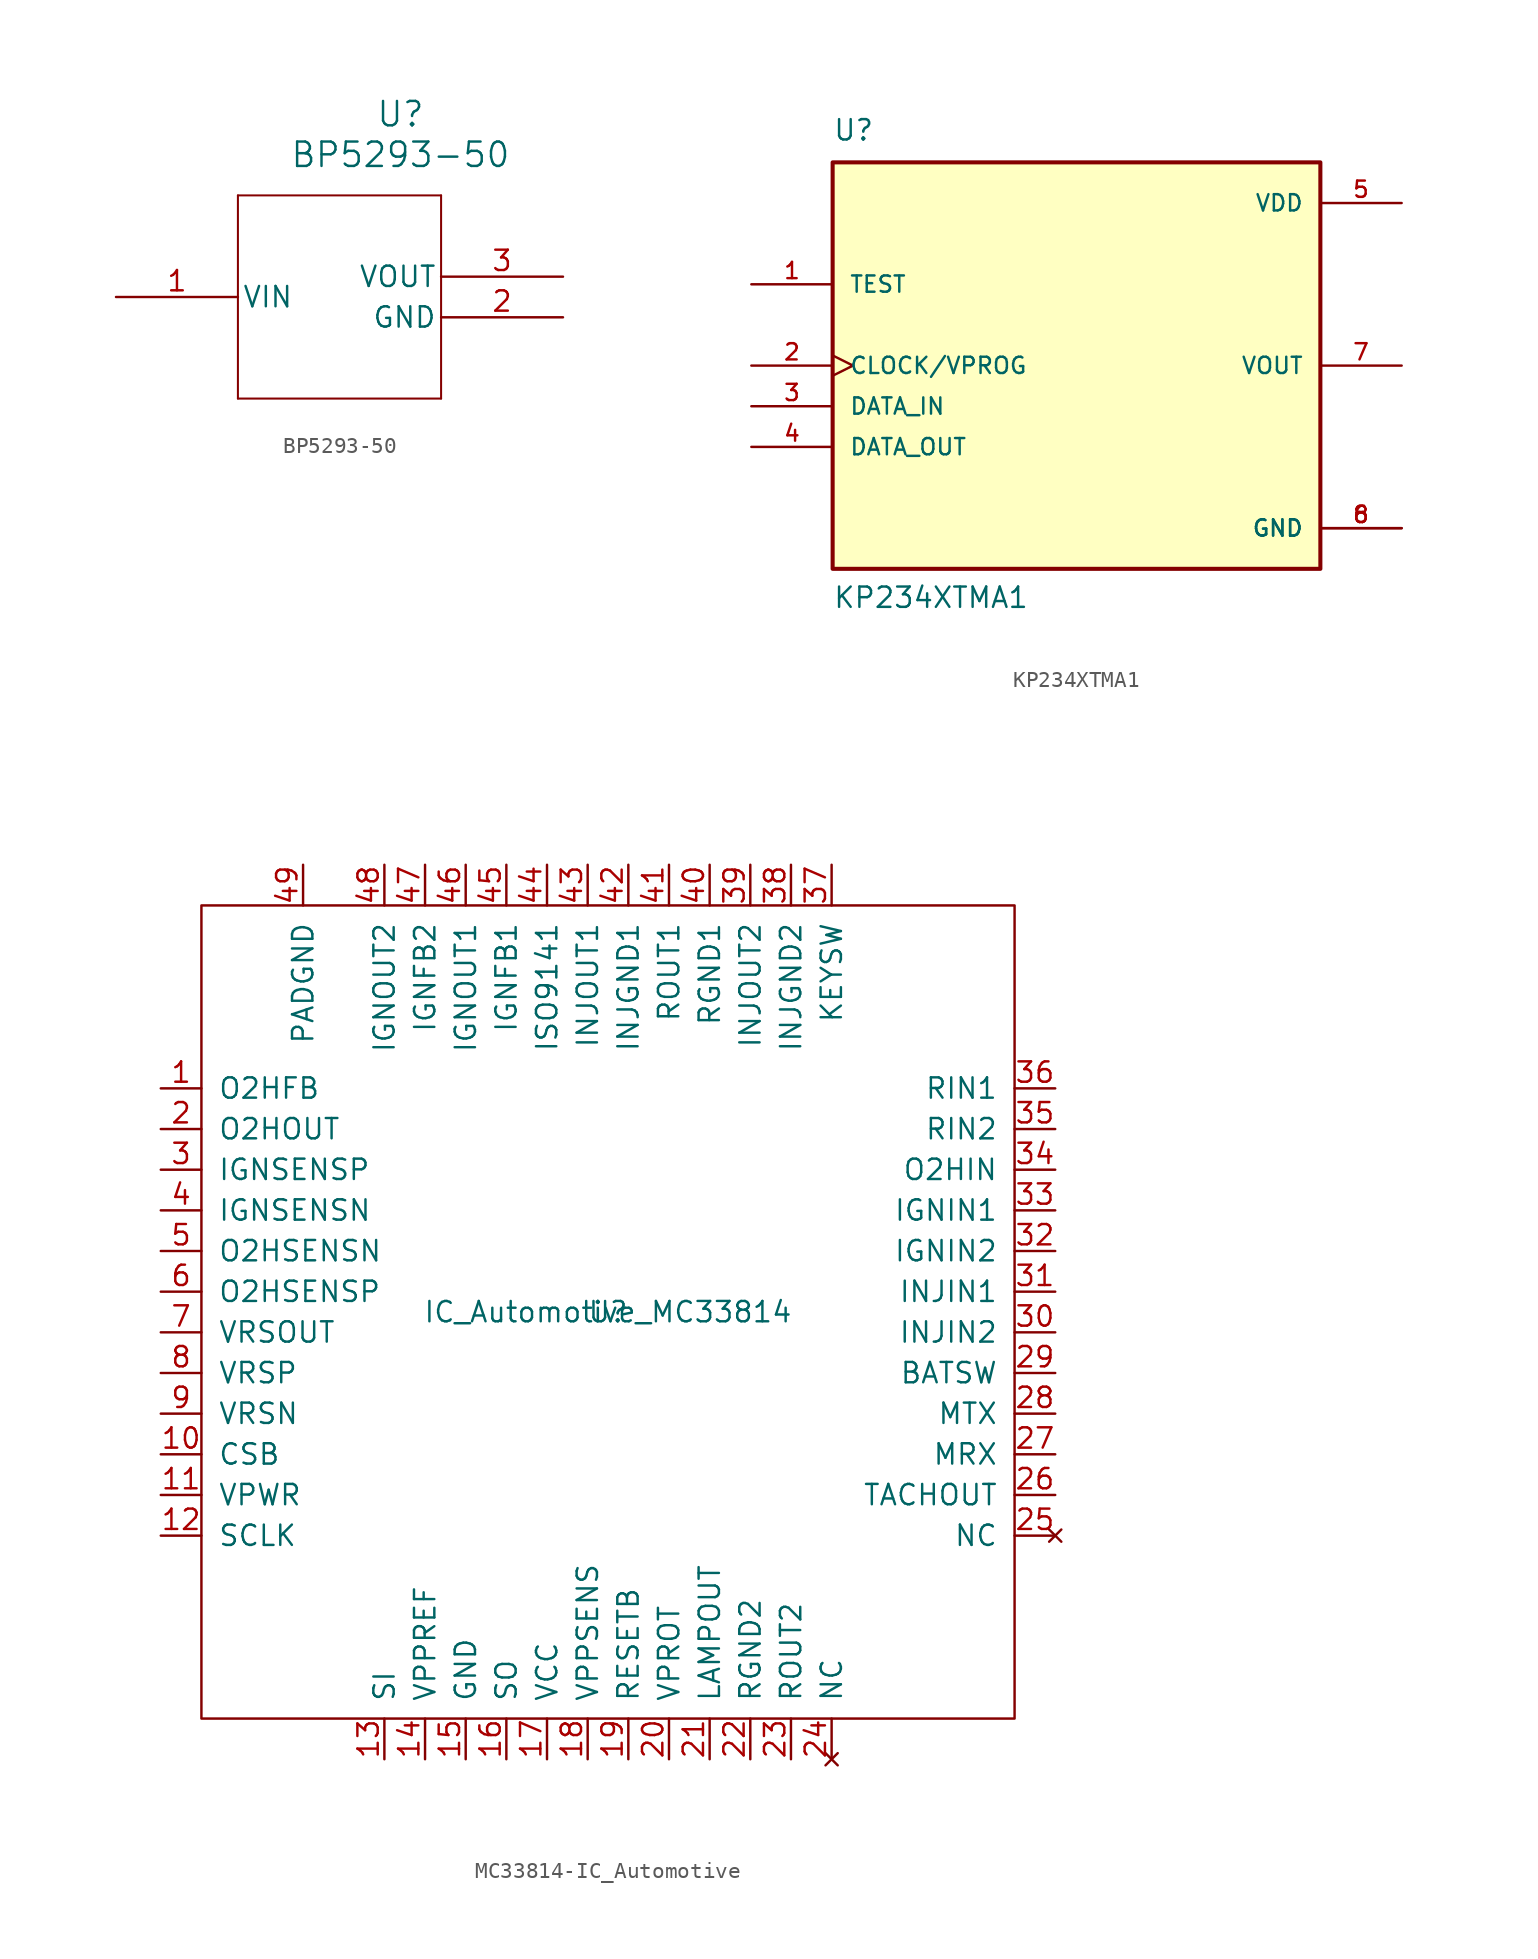
<source format=kicad_sym>
(kicad_symbol_lib
  (version 20231120)
  (generator "kicad_symbol_editor")
  (generator_version "8.0")
  (symbol "BP5293-50"
    (pin_names
      (offset 0.254))
    (property "Reference" "U"
      (at 20.32 10.16 0)
      (effects (font (size 1.524 1.524))))
    (property "Value" "BP5293-50"
      (at 20.32 7.62 0)
      (effects (font (size 1.524 1.524))))
    (property "ki_locked" ""
      (at 0 0 0)
      (effects (font (size 1.27 1.27))))
    (symbol "BP5293-50_0_1"
      (polyline (pts (xy 10.16 -7.62) (xy 22.86 -7.62)) (stroke (width 0.127) (type default)) (fill (type none)))
      (polyline (pts (xy 10.16 5.08) (xy 10.16 -7.62)) (stroke (width 0.127) (type default)) (fill (type none)))
      (polyline (pts (xy 22.86 -7.62) (xy 22.86 5.08)) (stroke (width 0.127) (type default)) (fill (type none)))
      (polyline (pts (xy 22.86 5.08) (xy 10.16 5.08)) (stroke (width 0.127) (type default)) (fill (type none))))
    (symbol "BP5293-50_1_1"
      (pin power_in line (at 2.54 -1.27 0) (length 7.62) (name "VIN" (effects (font (size 1.27 1.27)))) (number "1" (effects (font (size 1.27 1.27)))))
      (pin power_out line (at 30.48 -2.54 180) (length 7.62) (name "GND" (effects (font (size 1.27 1.27)))) (number "2" (effects (font (size 1.27 1.27)))))
      (pin power_out line (at 30.48 0 180) (length 7.62) (name "VOUT" (effects (font (size 1.27 1.27)))) (number "3" (effects (font (size 1.27 1.27)))))))
  (symbol "KP234XTMA1"
    (pin_names
      (offset 1.016))
    (property "Reference" "U"
      (at -15.24 13.97 0)
      (effects (font (size 1.27 1.27)) (justify left bottom)))
    (property "Value" "KP234XTMA1"
      (at -15.24 -15.24 0)
      (effects (font (size 1.27 1.27)) (justify left bottom)))
    (symbol "KP234XTMA1_0_0"
      (rectangle (start -15.24 -12.7) (end 15.24 12.7) (stroke (width 0.254) (type default)) (fill (type background)))
      (pin input line (at -20.32 5.08 0) (length 5.08) (name "TEST" (effects (font (size 1.016 1.016)))) (number "1" (effects (font (size 1.016 1.016)))))
      (pin input clock (at -20.32 0 0) (length 5.08) (name "CLOCK/VPROG" (effects (font (size 1.016 1.016)))) (number "2" (effects (font (size 1.016 1.016)))))
      (pin input line (at -20.32 -2.54 0) (length 5.08) (name "DATA_IN" (effects (font (size 1.016 1.016)))) (number "3" (effects (font (size 1.016 1.016)))))
      (pin output line (at -20.32 -5.08 0) (length 5.08) (name "DATA_OUT" (effects (font (size 1.016 1.016)))) (number "4" (effects (font (size 1.016 1.016)))))
      (pin power_in line (at 20.32 10.16 180) (length 5.08) (name "VDD" (effects (font (size 1.016 1.016)))) (number "5" (effects (font (size 1.016 1.016)))))
      (pin power_in line (at 20.32 -10.16 180) (length 5.08) (name "GND" (effects (font (size 1.016 1.016)))) (number "6" (effects (font (size 1.016 1.016)))))
      (pin output line (at 20.32 0 180) (length 5.08) (name "VOUT" (effects (font (size 1.016 1.016)))) (number "7" (effects (font (size 1.016 1.016)))))
      (pin power_in line (at 20.32 -10.16 180) (length 5.08) (name "GND" (effects (font (size 1.016 1.016)))) (number "8" (effects (font (size 1.016 1.016)))))))
  (symbol "MC33814-IC_Automotive"
    (pin_names
      (offset 1.016))
    (property "Reference" "U"
      (at 0 0 0)
      (effects (font (size 1.27 1.27))))
    (property "Value" "IC_Automotive_MC33814"
      (at 0 0 0)
      (effects (font (size 1.27 1.27))))
    (symbol "MC33814-IC_Automotive_0_1"
      (rectangle (start -25.4 25.4) (end 25.4 -25.4) (stroke (width 0) (type solid)) (fill (type none))))
    (symbol "MC33814-IC_Automotive_1_1"
      (pin input line (at -27.94 13.97 0) (length 2.54) (name "O2HFB" (effects (font (size 1.27 1.27)))) (number "1" (effects (font (size 1.27 1.27)))))
      (pin input line (at -27.94 -8.89 0) (length 2.54) (name "CSB" (effects (font (size 1.27 1.27)))) (number "10" (effects (font (size 1.27 1.27)))))
      (pin power_in line (at -27.94 -11.43 0) (length 2.54) (name "VPWR" (effects (font (size 1.27 1.27)))) (number "11" (effects (font (size 1.27 1.27)))))
      (pin input line (at -27.94 -13.97 0) (length 2.54) (name "SCLK" (effects (font (size 1.27 1.27)))) (number "12" (effects (font (size 1.27 1.27)))))
      (pin input line (at -13.97 -27.94 90) (length 2.54) (name "SI" (effects (font (size 1.27 1.27)))) (number "13" (effects (font (size 1.27 1.27)))))
      (pin output line (at -11.43 -27.94 90) (length 2.54) (name "VPPREF" (effects (font (size 1.27 1.27)))) (number "14" (effects (font (size 1.27 1.27)))))
      (pin power_in line (at -8.89 -27.94 90) (length 2.54) (name "GND" (effects (font (size 1.27 1.27)))) (number "15" (effects (font (size 1.27 1.27)))))
      (pin output line (at -6.35 -27.94 90) (length 2.54) (name "SO" (effects (font (size 1.27 1.27)))) (number "16" (effects (font (size 1.27 1.27)))))
      (pin power_out line (at -3.81 -27.94 90) (length 2.54) (name "VCC" (effects (font (size 1.27 1.27)))) (number "17" (effects (font (size 1.27 1.27)))))
      (pin input line (at -1.27 -27.94 90) (length 2.54) (name "VPPSENS" (effects (font (size 1.27 1.27)))) (number "18" (effects (font (size 1.27 1.27)))))
      (pin output line (at 1.27 -27.94 90) (length 2.54) (name "RESETB" (effects (font (size 1.27 1.27)))) (number "19" (effects (font (size 1.27 1.27)))))
      (pin output line (at -27.94 11.43 0) (length 2.54) (name "O2HOUT" (effects (font (size 1.27 1.27)))) (number "2" (effects (font (size 1.27 1.27)))))
      (pin power_out line (at 3.81 -27.94 90) (length 2.54) (name "VPROT" (effects (font (size 1.27 1.27)))) (number "20" (effects (font (size 1.27 1.27)))))
      (pin output line (at 6.35 -27.94 90) (length 2.54) (name "LAMPOUT" (effects (font (size 1.27 1.27)))) (number "21" (effects (font (size 1.27 1.27)))))
      (pin power_out line (at 8.89 -27.94 90) (length 2.54) (name "RGND2" (effects (font (size 1.27 1.27)))) (number "22" (effects (font (size 1.27 1.27)))))
      (pin output line (at 11.43 -27.94 90) (length 2.54) (name "ROUT2" (effects (font (size 1.27 1.27)))) (number "23" (effects (font (size 1.27 1.27)))))
      (pin no_connect line (at 13.97 -27.94 90) (length 2.54) (name "NC" (effects (font (size 1.27 1.27)))) (number "24" (effects (font (size 1.27 1.27)))))
      (pin no_connect line (at 27.94 -13.97 180) (length 2.54) (name "NC" (effects (font (size 1.27 1.27)))) (number "25" (effects (font (size 1.27 1.27)))))
      (pin output line (at 27.94 -11.43 180) (length 2.54) (name "TACHOUT" (effects (font (size 1.27 1.27)))) (number "26" (effects (font (size 1.27 1.27)))))
      (pin output line (at 27.94 -8.89 180) (length 2.54) (name "MRX" (effects (font (size 1.27 1.27)))) (number "27" (effects (font (size 1.27 1.27)))))
      (pin input line (at 27.94 -6.35 180) (length 2.54) (name "MTX" (effects (font (size 1.27 1.27)))) (number "28" (effects (font (size 1.27 1.27)))))
      (pin output line (at 27.94 -3.81 180) (length 2.54) (name "BATSW" (effects (font (size 1.27 1.27)))) (number "29" (effects (font (size 1.27 1.27)))))
      (pin input line (at -27.94 8.89 0) (length 2.54) (name "IGNSENSP" (effects (font (size 1.27 1.27)))) (number "3" (effects (font (size 1.27 1.27)))))
      (pin input line (at 27.94 -1.27 180) (length 2.54) (name "INJIN2" (effects (font (size 1.27 1.27)))) (number "30" (effects (font (size 1.27 1.27)))))
      (pin input line (at 27.94 1.27 180) (length 2.54) (name "INJIN1" (effects (font (size 1.27 1.27)))) (number "31" (effects (font (size 1.27 1.27)))))
      (pin input line (at 27.94 3.81 180) (length 2.54) (name "IGNIN2" (effects (font (size 1.27 1.27)))) (number "32" (effects (font (size 1.27 1.27)))))
      (pin input line (at 27.94 6.35 180) (length 2.54) (name "IGNIN1" (effects (font (size 1.27 1.27)))) (number "33" (effects (font (size 1.27 1.27)))))
      (pin input line (at 27.94 8.89 180) (length 2.54) (name "O2HIN" (effects (font (size 1.27 1.27)))) (number "34" (effects (font (size 1.27 1.27)))))
      (pin input line (at 27.94 11.43 180) (length 2.54) (name "RIN2" (effects (font (size 1.27 1.27)))) (number "35" (effects (font (size 1.27 1.27)))))
      (pin input line (at 27.94 13.97 180) (length 2.54) (name "RIN1" (effects (font (size 1.27 1.27)))) (number "36" (effects (font (size 1.27 1.27)))))
      (pin input line (at 13.97 27.94 270) (length 2.54) (name "KEYSW" (effects (font (size 1.27 1.27)))) (number "37" (effects (font (size 1.27 1.27)))))
      (pin power_out line (at 11.43 27.94 270) (length 2.54) (name "INJGND2" (effects (font (size 1.27 1.27)))) (number "38" (effects (font (size 1.27 1.27)))))
      (pin output line (at 8.89 27.94 270) (length 2.54) (name "INJOUT2" (effects (font (size 1.27 1.27)))) (number "39" (effects (font (size 1.27 1.27)))))
      (pin input line (at -27.94 6.35 0) (length 2.54) (name "IGNSENSN" (effects (font (size 1.27 1.27)))) (number "4" (effects (font (size 1.27 1.27)))))
      (pin power_out line (at 6.35 27.94 270) (length 2.54) (name "RGND1" (effects (font (size 1.27 1.27)))) (number "40" (effects (font (size 1.27 1.27)))))
      (pin output line (at 3.81 27.94 270) (length 2.54) (name "ROUT1" (effects (font (size 1.27 1.27)))) (number "41" (effects (font (size 1.27 1.27)))))
      (pin power_out line (at 1.27 27.94 270) (length 2.54) (name "INJGND1" (effects (font (size 1.27 1.27)))) (number "42" (effects (font (size 1.27 1.27)))))
      (pin output line (at -1.27 27.94 270) (length 2.54) (name "INJOUT1" (effects (font (size 1.27 1.27)))) (number "43" (effects (font (size 1.27 1.27)))))
      (pin bidirectional line (at -3.81 27.94 270) (length 2.54) (name "ISO9141" (effects (font (size 1.27 1.27)))) (number "44" (effects (font (size 1.27 1.27)))))
      (pin input line (at -6.35 27.94 270) (length 2.54) (name "IGNFB1" (effects (font (size 1.27 1.27)))) (number "45" (effects (font (size 1.27 1.27)))))
      (pin output line (at -8.89 27.94 270) (length 2.54) (name "IGNOUT1" (effects (font (size 1.27 1.27)))) (number "46" (effects (font (size 1.27 1.27)))))
      (pin input line (at -11.43 27.94 270) (length 2.54) (name "IGNFB2" (effects (font (size 1.27 1.27)))) (number "47" (effects (font (size 1.27 1.27)))))
      (pin output line (at -13.97 27.94 270) (length 2.54) (name "IGNOUT2" (effects (font (size 1.27 1.27)))) (number "48" (effects (font (size 1.27 1.27)))))
      (pin power_in line (at -19.05 27.94 270) (length 2.54) (name "PADGND" (effects (font (size 1.27 1.27)))) (number "49" (effects (font (size 1.27 1.27)))))
      (pin input line (at -27.94 3.81 0) (length 2.54) (name "O2HSENSN" (effects (font (size 1.27 1.27)))) (number "5" (effects (font (size 1.27 1.27)))))
      (pin input line (at -27.94 1.27 0) (length 2.54) (name "O2HSENSP" (effects (font (size 1.27 1.27)))) (number "6" (effects (font (size 1.27 1.27)))))
      (pin output line (at -27.94 -1.27 0) (length 2.54) (name "VRSOUT" (effects (font (size 1.27 1.27)))) (number "7" (effects (font (size 1.27 1.27)))))
      (pin input line (at -27.94 -3.81 0) (length 2.54) (name "VRSP" (effects (font (size 1.27 1.27)))) (number "8" (effects (font (size 1.27 1.27)))))
      (pin input line (at -27.94 -6.35 0) (length 2.54) (name "VRSN" (effects (font (size 1.27 1.27)))) (number "9" (effects (font (size 1.27 1.27))))))))
</source>
